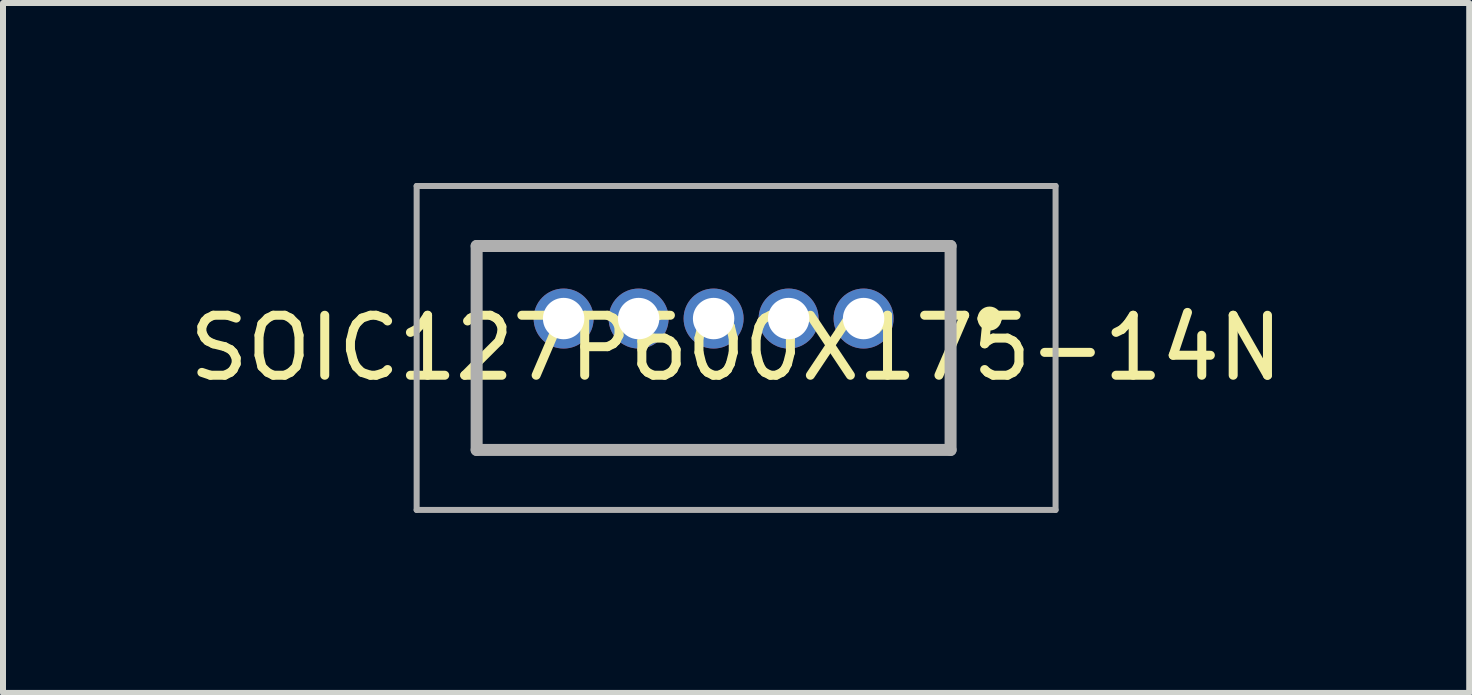
<source format=kicad_pcb>
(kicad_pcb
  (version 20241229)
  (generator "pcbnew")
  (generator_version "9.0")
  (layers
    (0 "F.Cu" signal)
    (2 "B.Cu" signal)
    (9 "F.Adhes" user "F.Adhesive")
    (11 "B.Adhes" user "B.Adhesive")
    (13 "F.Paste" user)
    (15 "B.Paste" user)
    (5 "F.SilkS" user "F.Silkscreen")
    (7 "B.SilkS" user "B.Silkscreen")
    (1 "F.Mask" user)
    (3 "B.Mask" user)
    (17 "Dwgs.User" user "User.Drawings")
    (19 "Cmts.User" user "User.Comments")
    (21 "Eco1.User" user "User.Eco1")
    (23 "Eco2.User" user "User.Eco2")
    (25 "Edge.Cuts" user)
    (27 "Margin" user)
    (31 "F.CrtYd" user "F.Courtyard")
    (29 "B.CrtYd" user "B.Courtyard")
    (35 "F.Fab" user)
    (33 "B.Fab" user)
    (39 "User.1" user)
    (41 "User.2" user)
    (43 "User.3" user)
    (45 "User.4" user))
  (footprint "SOIC127P600X175-14N"
    (layer "F.Cu")
    (at 11.345 2.26)
    (property "Reference" "SOIC127P600X175-14N" (at -2.125 0.49 0) (layer "F.SilkS") (effects (font (size 1 1) (thickness 0.15))))
    (attr through_hole)
    (fp_line (start -6.45 -1.21) (end 1.45 -1.21) (stroke (width 0.1) (type solid)) (layer "F.SilkS"))
    (fp_line (start -6.45 2.19) (end -6.45 -1.21) (stroke (width 0.1) (type solid)) (layer "F.SilkS"))
    (fp_line (start 1.45 -1.21) (end 1.45 2.19) (stroke (width 0.1) (type solid)) (layer "F.SilkS"))
    (fp_line (start 1.45 2.19) (end -6.45 2.19) (stroke (width 0.1) (type solid)) (layer "F.SilkS"))
    (fp_line (start 2 0) (end 2 0) (stroke (width 0.2) (type solid)) (layer "F.SilkS"))
    (fp_line (start 2.2 0) (end 2.2 0) (stroke (width 0.2) (type solid)) (layer "F.SilkS"))
    (fp_arc (start 2 0) (mid 2.1 -0.1) (end 2.2 0) (stroke (width 0.2) (type solid)) (layer "F.SilkS"))
    (fp_arc (start 2.2 0) (mid 2.1 0.1) (end 2 0) (stroke (width 0.2) (type solid)) (layer "F.SilkS"))
    (fp_line (start -7.45 -2.21) (end 3.2 -2.21) (stroke (width 0.1) (type solid)) (layer "F.Fab"))
    (fp_line (start -7.45 3.19) (end -7.45 -2.21) (stroke (width 0.1) (type solid)) (layer "F.Fab"))
    (fp_line (start -6.45 -1.21) (end 1.45 -1.21) (stroke (width 0.2) (type solid)) (layer "F.Fab"))
    (fp_line (start -6.45 2.19) (end -6.45 -1.21) (stroke (width 0.2) (type solid)) (layer "F.Fab"))
    (fp_line (start 1.45 -1.21) (end 1.45 2.19) (stroke (width 0.2) (type solid)) (layer "F.Fab"))
    (fp_line (start 1.45 2.19) (end -6.45 2.19) (stroke (width 0.2) (type solid)) (layer "F.Fab"))
    (fp_line (start 3.2 -2.21) (end 3.2 3.19) (stroke (width 0.1) (type solid)) (layer "F.Fab"))
    (fp_line (start 3.2 3.19) (end -7.45 3.19) (stroke (width 0.1) (type solid)) (layer "F.Fab"))
    (pad "1" thru_hole circle (at 0 0) (size 1 1) (drill 0.69) (layers "*.Cu" "*.Mask"))
    (pad "2" thru_hole circle (at -1.25 0) (size 1 1) (drill 0.69) (layers "*.Cu" "*.Mask"))
    (pad "3" thru_hole circle (at -2.5 0) (size 1 1) (drill 0.69) (layers "*.Cu" "*.Mask"))
    (pad "4" thru_hole circle (at -3.75 0) (size 1 1) (drill 0.69) (layers "*.Cu" "*.Mask"))
    (pad "5" thru_hole circle (at -5 0) (size 1 1) (drill 0.69) (layers "*.Cu" "*.Mask")))
  (gr_rect
    (start -3 -3)
    (end 21.44 8.5)
    (stroke (width 0.1) (type default))
    (fill no)
    (layer "Edge.Cuts")))
</source>
